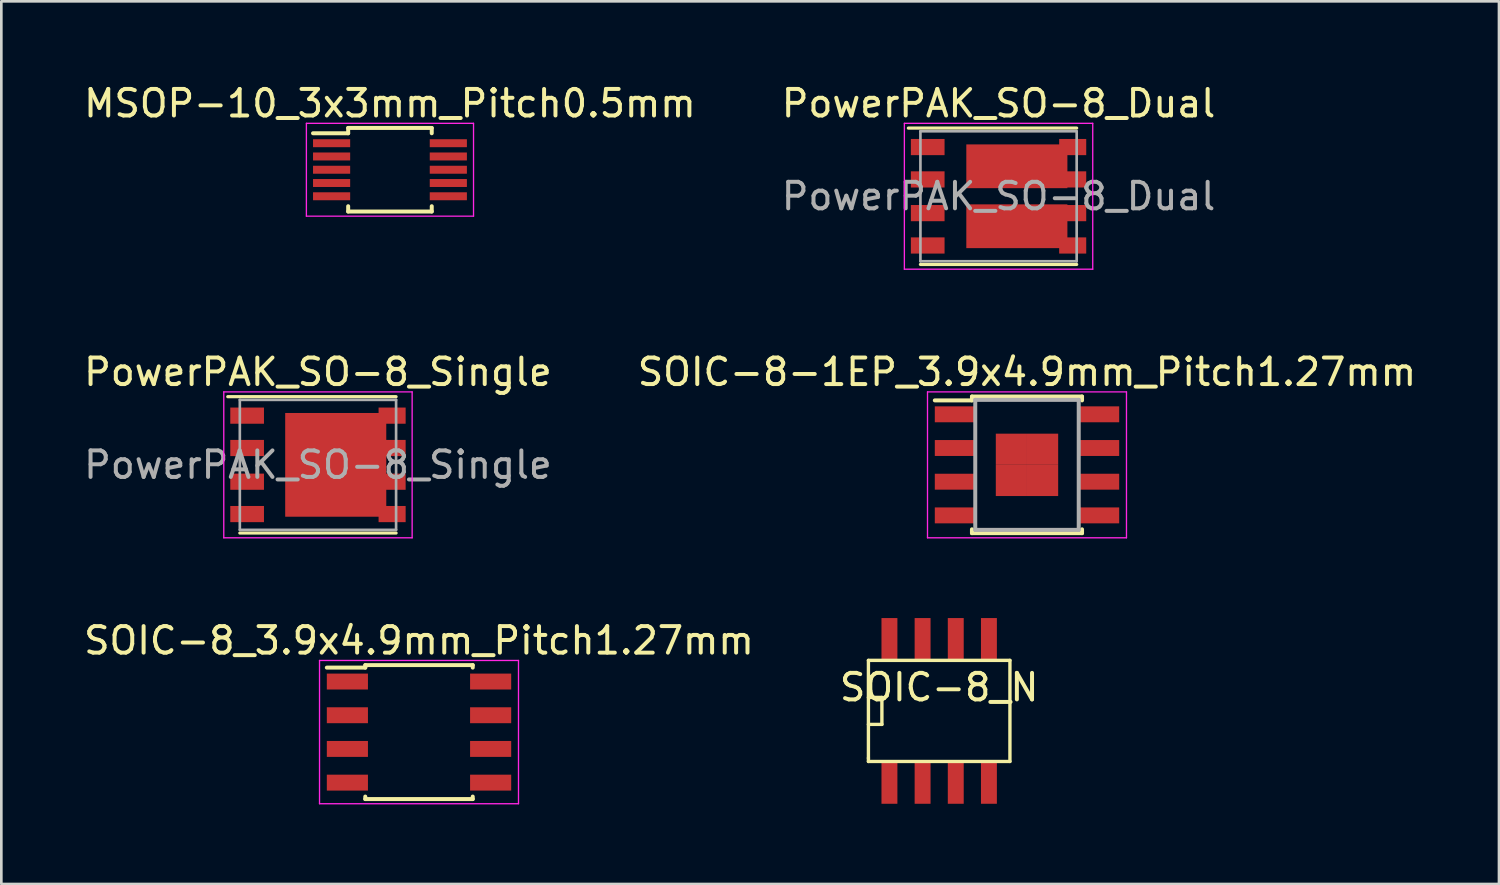
<source format=kicad_pcb>
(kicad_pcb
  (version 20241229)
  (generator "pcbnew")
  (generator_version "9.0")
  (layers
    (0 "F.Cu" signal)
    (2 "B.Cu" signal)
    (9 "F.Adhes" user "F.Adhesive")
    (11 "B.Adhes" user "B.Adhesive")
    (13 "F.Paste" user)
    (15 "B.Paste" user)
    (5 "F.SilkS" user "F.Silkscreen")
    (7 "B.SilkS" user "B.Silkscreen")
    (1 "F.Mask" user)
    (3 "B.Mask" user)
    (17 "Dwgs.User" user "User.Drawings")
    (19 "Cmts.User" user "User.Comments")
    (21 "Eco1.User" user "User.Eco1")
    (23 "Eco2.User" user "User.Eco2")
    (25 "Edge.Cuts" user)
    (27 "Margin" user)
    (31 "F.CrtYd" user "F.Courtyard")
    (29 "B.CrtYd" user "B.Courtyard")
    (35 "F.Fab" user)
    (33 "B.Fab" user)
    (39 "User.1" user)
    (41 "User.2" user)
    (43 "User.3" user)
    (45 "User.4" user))
  (footprint "SOIC-8_3.9x4.9mm_Pitch1.27mm"
    (layer "F.Cu")
    (at 12.744 24.545)
    (property "Reference" "SOIC-8_3.9x4.9mm_Pitch1.27mm" (at 0 -3.45 0) (layer "F.SilkS") (effects (font (size 1 1) (thickness 0.15))))
    (attr smd)
    (fp_line (start -2.025 -2.525) (end -2.025 -2.43) (stroke (width 0.15) (type solid)) (layer "F.SilkS"))
    (fp_line (start -2.025 -2.525) (end 2.025 -2.525) (stroke (width 0.15) (type solid)) (layer "F.SilkS"))
    (fp_line (start -2.025 -2.43) (end -3.475 -2.43) (stroke (width 0.15) (type solid)) (layer "F.SilkS"))
    (fp_line (start -2.025 2.525) (end -2.025 2.43) (stroke (width 0.15) (type solid)) (layer "F.SilkS"))
    (fp_line (start -2.025 2.525) (end 2.025 2.525) (stroke (width 0.15) (type solid)) (layer "F.SilkS"))
    (fp_line (start 2.025 -2.525) (end 2.025 -2.43) (stroke (width 0.15) (type solid)) (layer "F.SilkS"))
    (fp_line (start 2.025 2.525) (end 2.025 2.43) (stroke (width 0.15) (type solid)) (layer "F.SilkS"))
    (fp_line (start -3.75 -2.7) (end -3.75 2.7) (stroke (width 0.05) (type solid)) (layer "F.CrtYd"))
    (fp_line (start -3.75 -2.7) (end 3.75 -2.7) (stroke (width 0.05) (type solid)) (layer "F.CrtYd"))
    (fp_line (start -3.75 2.7) (end 3.75 2.7) (stroke (width 0.05) (type solid)) (layer "F.CrtYd"))
    (fp_line (start 3.75 -2.7) (end 3.75 2.7) (stroke (width 0.05) (type solid)) (layer "F.CrtYd"))
    (pad "1" smd rect (at -2.7 -1.905) (size 1.55 0.6) (layers "F.Cu" "F.Mask" "F.Paste"))
    (pad "2" smd rect (at -2.7 -0.635) (size 1.55 0.6) (layers "F.Cu" "F.Mask" "F.Paste"))
    (pad "3" smd rect (at -2.7 0.635) (size 1.55 0.6) (layers "F.Cu" "F.Mask" "F.Paste"))
    (pad "4" smd rect (at -2.7 1.905) (size 1.55 0.6) (layers "F.Cu" "F.Mask" "F.Paste"))
    (pad "5" smd rect (at 2.7 1.905) (size 1.55 0.6) (layers "F.Cu" "F.Mask" "F.Paste"))
    (pad "6" smd rect (at 2.7 0.635) (size 1.55 0.6) (layers "F.Cu" "F.Mask" "F.Paste"))
    (pad "7" smd rect (at 2.7 -0.635) (size 1.55 0.6) (layers "F.Cu" "F.Mask" "F.Paste"))
    (pad "8" smd rect (at 2.7 -1.905) (size 1.55 0.6) (layers "F.Cu" "F.Mask" "F.Paste")))
  (footprint "SOIC-8-1EP_3.9x4.9mm_Pitch1.27mm"
    (layer "F.Cu")
    (at 35.661 14.472)
    (property "Reference" "SOIC-8-1EP_3.9x4.9mm_Pitch1.27mm" (at 0 -3.5 0) (layer "F.SilkS") (effects (font (size 1 1) (thickness 0.15))))
    (attr smd)
    (fp_line (start -2.075 -2.575) (end -2.075 -2.43) (stroke (width 0.15) (type solid)) (layer "F.SilkS"))
    (fp_line (start -2.075 -2.575) (end 2.075 -2.575) (stroke (width 0.15) (type solid)) (layer "F.SilkS"))
    (fp_line (start -2.075 -2.43) (end -3.475 -2.43) (stroke (width 0.15) (type solid)) (layer "F.SilkS"))
    (fp_line (start -2.075 2.575) (end -2.075 2.43) (stroke (width 0.15) (type solid)) (layer "F.SilkS"))
    (fp_line (start -2.075 2.575) (end 2.075 2.575) (stroke (width 0.15) (type solid)) (layer "F.SilkS"))
    (fp_line (start 2.075 -2.575) (end 2.075 -2.43) (stroke (width 0.15) (type solid)) (layer "F.SilkS"))
    (fp_line (start 2.075 2.575) (end 2.075 2.43) (stroke (width 0.15) (type solid)) (layer "F.SilkS"))
    (fp_line (start -3.75 -2.75) (end -3.75 2.75) (stroke (width 0.05) (type solid)) (layer "F.CrtYd"))
    (fp_line (start -3.75 -2.75) (end 3.75 -2.75) (stroke (width 0.05) (type solid)) (layer "F.CrtYd"))
    (fp_line (start -3.75 2.75) (end 3.75 2.75) (stroke (width 0.05) (type solid)) (layer "F.CrtYd"))
    (fp_line (start 3.75 -2.75) (end 3.75 2.75) (stroke (width 0.05) (type solid)) (layer "F.CrtYd"))
    (fp_line (start -1.95 -2.45) (end 1.95 -2.45) (stroke (width 0.15) (type solid)) (layer "F.Fab"))
    (fp_line (start -1.95 2.45) (end -1.95 -2.45) (stroke (width 0.15) (type solid)) (layer "F.Fab"))
    (fp_line (start 1.95 -2.45) (end 1.95 2.45) (stroke (width 0.15) (type solid)) (layer "F.Fab"))
    (fp_line (start 1.95 2.45) (end -1.95 2.45) (stroke (width 0.15) (type solid)) (layer "F.Fab"))
    (pad "1" smd rect (at -2.7 -1.905) (size 1.55 0.6) (layers "F.Cu" "F.Mask" "F.Paste"))
    (pad "2" smd rect (at -2.7 -0.635) (size 1.55 0.6) (layers "F.Cu" "F.Mask" "F.Paste"))
    (pad "3" smd rect (at -2.7 0.635) (size 1.55 0.6) (layers "F.Cu" "F.Mask" "F.Paste"))
    (pad "4" smd rect (at -2.7 1.905) (size 1.55 0.6) (layers "F.Cu" "F.Mask" "F.Paste"))
    (pad "5" smd rect (at 2.7 1.905) (size 1.55 0.6) (layers "F.Cu" "F.Mask" "F.Paste"))
    (pad "6" smd rect (at 2.7 0.635) (size 1.55 0.6) (layers "F.Cu" "F.Mask" "F.Paste"))
    (pad "7" smd rect (at 2.7 -0.635) (size 1.55 0.6) (layers "F.Cu" "F.Mask" "F.Paste"))
    (pad "8" smd rect (at 2.7 -1.905) (size 1.55 0.6) (layers "F.Cu" "F.Mask" "F.Paste"))
    (pad "9" smd rect (at -0.588 -0.588) (size 1.175 1.175) (layers "F.Cu" "F.Mask" "F.Paste"))
    (pad "9" smd rect (at -0.588 0.588) (size 1.175 1.175) (layers "F.Cu" "F.Mask" "F.Paste"))
    (pad "9" smd rect (at 0.588 -0.588) (size 1.175 1.175) (layers "F.Cu" "F.Mask" "F.Paste"))
    (pad "9" smd rect (at 0.588 0.588) (size 1.175 1.175) (layers "F.Cu" "F.Mask" "F.Paste")))
  (footprint "PowerPAK_SO-8_Dual"
    (layer "F.Cu")
    (at 34.589 4.348)
    (property "Reference" "PowerPAK_SO-8_Dual" (at 0 -3.5 0) (layer "F.SilkS") (effects (font (size 1 1) (thickness 0.15))))
    (attr smd)
    (fp_line (start -3.4 -2.57) (end 2.945 -2.57) (stroke (width 0.12) (type solid)) (layer "F.SilkS"))
    (fp_line (start -2.945 2.57) (end 2.945 2.57) (stroke (width 0.12) (type solid)) (layer "F.SilkS"))
    (fp_line (start -3.55 -2.75) (end -3.55 2.75) (stroke (width 0.05) (type solid)) (layer "F.CrtYd"))
    (fp_line (start -3.55 -2.75) (end 3.55 -2.75) (stroke (width 0.05) (type solid)) (layer "F.CrtYd"))
    (fp_line (start -3.55 2.75) (end 3.55 2.75) (stroke (width 0.05) (type solid)) (layer "F.CrtYd"))
    (fp_line (start 3.55 -2.75) (end 3.55 2.75) (stroke (width 0.05) (type solid)) (layer "F.CrtYd"))
    (fp_line (start -2.945 -2.45) (end 2.945 -2.45) (stroke (width 0.1) (type solid)) (layer "F.Fab"))
    (fp_line (start -2.945 2.45) (end -2.945 -2.45) (stroke (width 0.1) (type solid)) (layer "F.Fab"))
    (fp_line (start 2.945 -2.45) (end 2.945 2.45) (stroke (width 0.1) (type solid)) (layer "F.Fab"))
    (fp_line (start 2.945 2.45) (end -2.945 2.45) (stroke (width 0.1) (type solid)) (layer "F.Fab"))
    (fp_text user "${REFERENCE}" (at 0 0 0) (layer "F.Fab") (effects (font (size 1 1) (thickness 0.15))))
    (pad "1" smd rect (at -2.67 -1.855) (size 1.27 0.61) (layers "F.Cu" "F.Mask" "F.Paste"))
    (pad "2" smd rect (at -2.67 -0.635) (size 1.27 0.61) (layers "F.Cu" "F.Mask" "F.Paste"))
    (pad "3" smd rect (at -2.67 0.635) (size 1.27 0.61) (layers "F.Cu" "F.Mask" "F.Paste"))
    (pad "4" smd rect (at -2.67 1.855) (size 1.27 0.61) (layers "F.Cu" "F.Mask" "F.Paste"))
    (pad "5" smd rect (at 0.69 -1.13) (size 3.81 1.65) (layers "F.Cu" "F.Mask" "F.Paste"))
    (pad "5" smd rect (at 2.795 -1.855) (size 1.02 0.61) (layers "F.Cu" "F.Mask" "F.Paste"))
    (pad "5" smd rect (at 2.795 -0.635) (size 1.02 0.61) (layers "F.Cu" "F.Mask" "F.Paste"))
    (pad "6" smd rect (at 0.69 1.13) (size 3.81 1.65) (layers "F.Cu" "F.Mask" "F.Paste"))
    (pad "6" smd rect (at 2.795 0.635) (size 1.02 0.61) (layers "F.Cu" "F.Mask" "F.Paste"))
    (pad "6" smd rect (at 2.795 1.855) (size 1.02 0.61) (layers "F.Cu" "F.Mask" "F.Paste")))
  (footprint "PowerPAK_SO-8_Single"
    (layer "F.Cu")
    (at 8.935 14.472)
    (property "Reference" "PowerPAK_SO-8_Single" (at 0 -3.5 0) (layer "F.SilkS") (effects (font (size 1 1) (thickness 0.15))))
    (attr smd)
    (fp_line (start -3.4 -2.57) (end 2.945 -2.57) (stroke (width 0.12) (type solid)) (layer "F.SilkS"))
    (fp_line (start -2.945 2.57) (end 2.945 2.57) (stroke (width 0.12) (type solid)) (layer "F.SilkS"))
    (fp_line (start -3.55 -2.75) (end -3.55 2.75) (stroke (width 0.05) (type solid)) (layer "F.CrtYd"))
    (fp_line (start -3.55 -2.75) (end 3.55 -2.75) (stroke (width 0.05) (type solid)) (layer "F.CrtYd"))
    (fp_line (start -3.55 2.75) (end 3.55 2.75) (stroke (width 0.05) (type solid)) (layer "F.CrtYd"))
    (fp_line (start 3.55 -2.75) (end 3.55 2.75) (stroke (width 0.05) (type solid)) (layer "F.CrtYd"))
    (fp_line (start -2.945 -2.45) (end 2.945 -2.45) (stroke (width 0.1) (type solid)) (layer "F.Fab"))
    (fp_line (start -2.945 2.45) (end -2.945 -2.45) (stroke (width 0.1) (type solid)) (layer "F.Fab"))
    (fp_line (start 2.945 -2.45) (end 2.945 2.45) (stroke (width 0.1) (type solid)) (layer "F.Fab"))
    (fp_line (start 2.945 2.45) (end -2.945 2.45) (stroke (width 0.1) (type solid)) (layer "F.Fab"))
    (fp_text user "${REFERENCE}" (at 0 0 0) (layer "F.Fab") (effects (font (size 1 1) (thickness 0.15))))
    (pad "1" smd rect (at -2.67 -1.855) (size 1.27 0.61) (layers "F.Cu" "F.Mask" "F.Paste"))
    (pad "2" smd rect (at -2.67 -0.635) (size 1.27 0.61) (layers "F.Cu" "F.Mask" "F.Paste"))
    (pad "3" smd rect (at -2.67 0.635) (size 1.27 0.61) (layers "F.Cu" "F.Mask" "F.Paste"))
    (pad "4" smd rect (at -2.67 1.855) (size 1.27 0.61) (layers "F.Cu" "F.Mask" "F.Paste"))
    (pad "5" smd rect (at 0.67 0) (size 3.81 3.91) (layers "F.Cu" "F.Mask" "F.Paste"))
    (pad "5" smd rect (at 2.795 -1.855) (size 1.02 0.61) (layers "F.Cu" "F.Mask" "F.Paste"))
    (pad "5" smd rect (at 2.795 -0.635) (size 1.02 0.61) (layers "F.Cu" "F.Mask" "F.Paste"))
    (pad "5" smd rect (at 2.795 0.635) (size 1.02 0.61) (layers "F.Cu" "F.Mask" "F.Paste"))
    (pad "5" smd rect (at 2.795 1.855) (size 1.02 0.61) (layers "F.Cu" "F.Mask" "F.Paste")))
  (footprint "SOIC-8_N"
    (layer "F.Cu")
    (at 32.351 23.747)
    (property "Reference" "SOIC-8_N" (at 0 -0.889 0) (layer "F.SilkS") (effects (font (size 1 1) (thickness 0.15))))
    (attr smd)
    (fp_line (start -2.667 -1.905) (end -2.667 1.778) (stroke (width 0.127) (type solid)) (layer "F.SilkS"))
    (fp_line (start -2.667 -0.508) (end -2.159 -0.508) (stroke (width 0.127) (type solid)) (layer "F.SilkS"))
    (fp_line (start -2.667 1.778) (end -2.667 1.905) (stroke (width 0.127) (type solid)) (layer "F.SilkS"))
    (fp_line (start -2.667 1.905) (end 2.667 1.905) (stroke (width 0.127) (type solid)) (layer "F.SilkS"))
    (fp_line (start -2.159 -0.508) (end -2.159 0.508) (stroke (width 0.127) (type solid)) (layer "F.SilkS"))
    (fp_line (start -2.159 0.508) (end -2.667 0.508) (stroke (width 0.127) (type solid)) (layer "F.SilkS"))
    (fp_line (start 2.667 -1.905) (end -2.667 -1.905) (stroke (width 0.127) (type solid)) (layer "F.SilkS"))
    (fp_line (start 2.667 -1.905) (end 2.667 1.905) (stroke (width 0.127) (type solid)) (layer "F.SilkS"))
    (pad "1" smd rect (at -1.875 2.7) (size 0.6 1.6) (layers "F.Cu" "F.Mask" "F.Paste"))
    (pad "2" smd rect (at -0.625 2.7) (size 0.6 1.6) (layers "F.Cu" "F.Mask" "F.Paste"))
    (pad "3" smd rect (at 0.625 2.7) (size 0.6 1.6) (layers "F.Cu" "F.Mask" "F.Paste"))
    (pad "4" smd rect (at 1.875 2.7) (size 0.6 1.6) (layers "F.Cu" "F.Mask" "F.Paste"))
    (pad "5" smd rect (at 1.875 -2.7) (size 0.6 1.6) (layers "F.Cu" "F.Mask" "F.Paste"))
    (pad "6" smd rect (at 0.625 -2.7) (size 0.6 1.6) (layers "F.Cu" "F.Mask" "F.Paste"))
    (pad "7" smd rect (at -0.625 -2.7) (size 0.6 1.6) (layers "F.Cu" "F.Mask" "F.Paste"))
    (pad "8" smd rect (at -1.875 -2.7) (size 0.6 1.6) (layers "F.Cu" "F.Mask" "F.Paste")))
  (footprint "MSOP-10_3x3mm_Pitch0.5mm"
    (layer "F.Cu")
    (at 11.649 3.348)
    (property "Reference" "MSOP-10_3x3mm_Pitch0.5mm" (at 0 -2.5 0) (layer "F.SilkS") (effects (font (size 1 1) (thickness 0.15))))
    (attr smd)
    (fp_line (start -1.575 -1.575) (end -1.575 -1.375) (stroke (width 0.15) (type solid)) (layer "F.SilkS"))
    (fp_line (start -1.575 -1.575) (end 1.575 -1.575) (stroke (width 0.15) (type solid)) (layer "F.SilkS"))
    (fp_line (start -1.575 -1.375) (end -2.9 -1.375) (stroke (width 0.15) (type solid)) (layer "F.SilkS"))
    (fp_line (start -1.575 1.575) (end -1.575 1.375) (stroke (width 0.15) (type solid)) (layer "F.SilkS"))
    (fp_line (start -1.575 1.575) (end 1.575 1.575) (stroke (width 0.15) (type solid)) (layer "F.SilkS"))
    (fp_line (start 1.575 -1.575) (end 1.575 -1.375) (stroke (width 0.15) (type solid)) (layer "F.SilkS"))
    (fp_line (start 1.575 1.575) (end 1.575 1.375) (stroke (width 0.15) (type solid)) (layer "F.SilkS"))
    (fp_line (start -3.15 -1.75) (end -3.15 1.75) (stroke (width 0.05) (type solid)) (layer "F.CrtYd"))
    (fp_line (start -3.15 -1.75) (end 3.15 -1.75) (stroke (width 0.05) (type solid)) (layer "F.CrtYd"))
    (fp_line (start -3.15 1.75) (end 3.15 1.75) (stroke (width 0.05) (type solid)) (layer "F.CrtYd"))
    (fp_line (start 3.15 -1.75) (end 3.15 1.75) (stroke (width 0.05) (type solid)) (layer "F.CrtYd"))
    (pad "1" smd rect (at -2.2 -1) (size 1.4 0.3) (layers "F.Cu" "F.Mask" "F.Paste"))
    (pad "2" smd rect (at -2.2 -0.5) (size 1.4 0.3) (layers "F.Cu" "F.Mask" "F.Paste"))
    (pad "3" smd rect (at -2.2 0) (size 1.4 0.3) (layers "F.Cu" "F.Mask" "F.Paste"))
    (pad "4" smd rect (at -2.2 0.5) (size 1.4 0.3) (layers "F.Cu" "F.Mask" "F.Paste"))
    (pad "5" smd rect (at -2.2 1) (size 1.4 0.3) (layers "F.Cu" "F.Mask" "F.Paste"))
    (pad "6" smd rect (at 2.2 1) (size 1.4 0.3) (layers "F.Cu" "F.Mask" "F.Paste"))
    (pad "7" smd rect (at 2.2 0.5) (size 1.4 0.3) (layers "F.Cu" "F.Mask" "F.Paste"))
    (pad "8" smd rect (at 2.2 0) (size 1.4 0.3) (layers "F.Cu" "F.Mask" "F.Paste"))
    (pad "9" smd rect (at 2.2 -0.5) (size 1.4 0.3) (layers "F.Cu" "F.Mask" "F.Paste"))
    (pad "10" smd rect (at 2.2 -1) (size 1.4 0.3) (layers "F.Cu" "F.Mask" "F.Paste")))
  (gr_rect
    (start -3 -3)
    (end 53.452 30.27)
    (stroke (width 0.1) (type default))
    (fill no)
    (layer "Edge.Cuts")))
</source>
